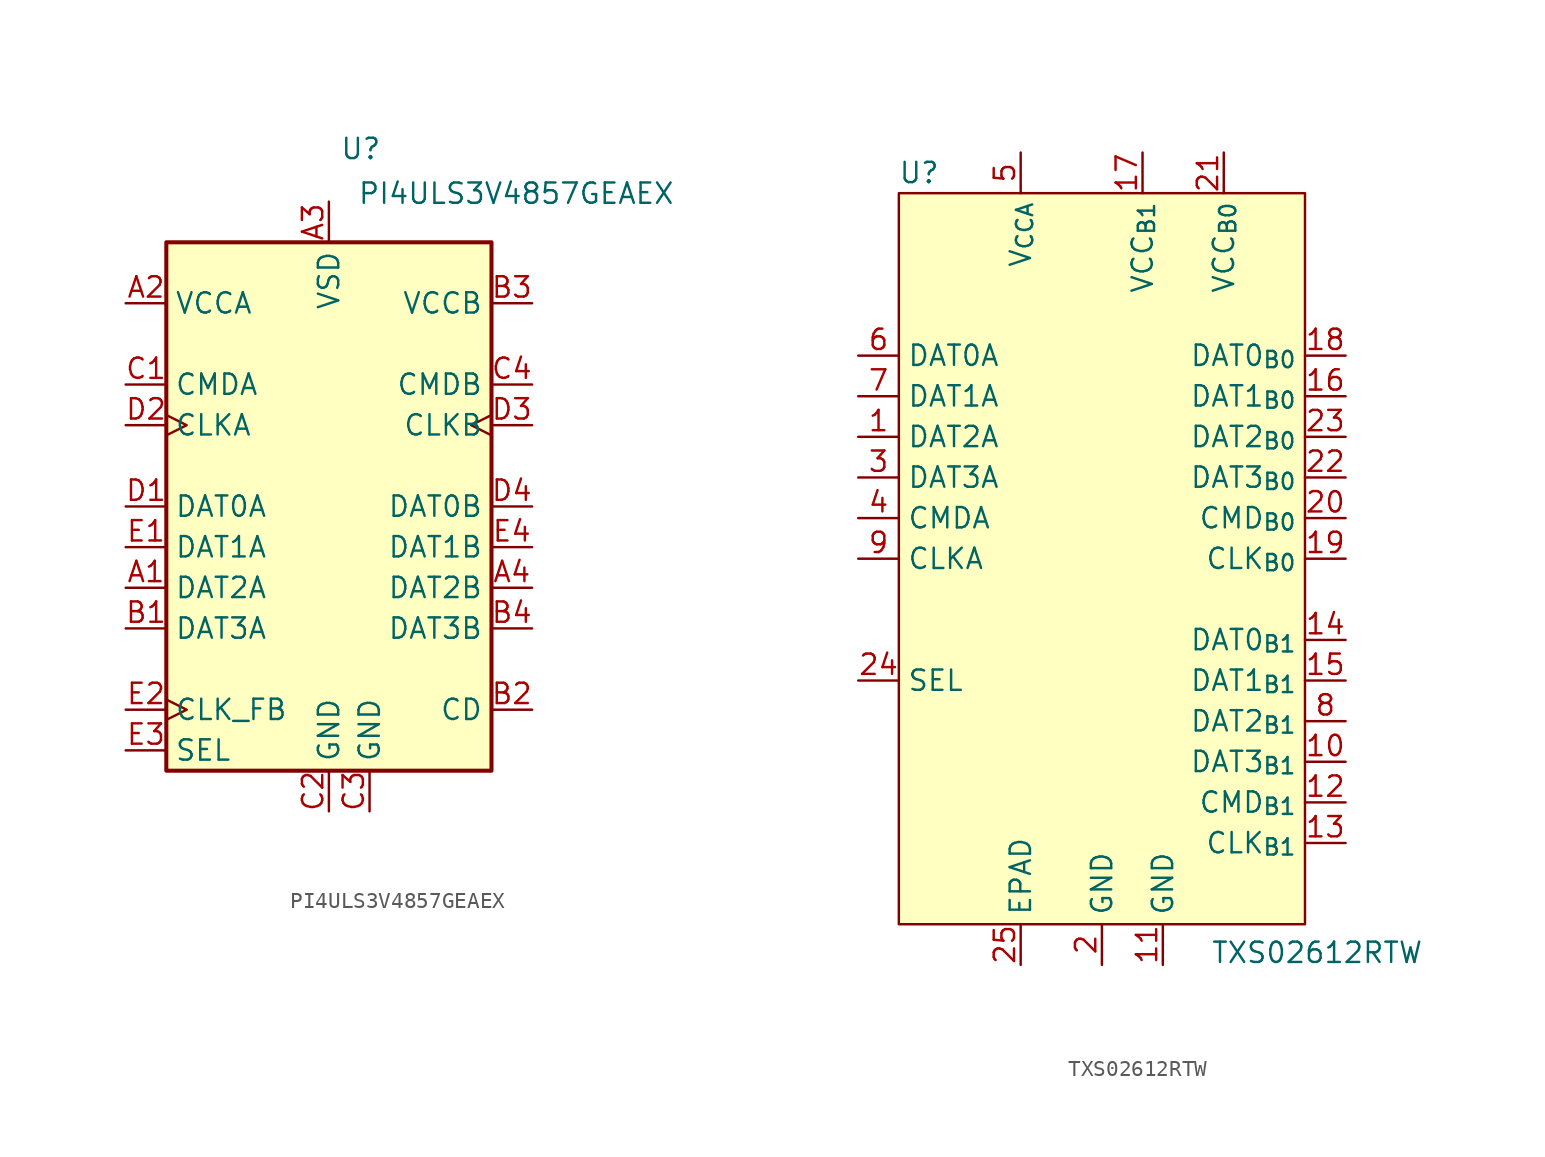
<source format=kicad_sym>
(kicad_symbol_lib
  (version 20231120)
  (generator "kicad_symbol_editor")
  (generator_version "8.0")
  (symbol "PI4ULS3V4857GEAEX"
    (property "Reference" "U"
      (at 3.302 22.352 0)
      (effects (font (size 1.27 1.27)) (justify right)))
    (property "Value" "PI4ULS3V4857GEAEX"
      (at 1.778 19.558 0)
      (effects (font (size 1.27 1.27)) (justify left)))
    (symbol "PI4ULS3V4857GEAEX_0_1"
      (rectangle (start -10.16 16.51) (end 10.16 -16.51) (stroke (width 0.254) (type default)) (fill (type background))))
    (symbol "PI4ULS3V4857GEAEX_1_1"
      (pin bidirectional line (at -12.7 -5.08 0) (length 2.54) (name "DAT2A" (effects (font (size 1.27 1.27)))) (number "A1" (effects (font (size 1.27 1.27)))))
      (pin power_in line (at -12.7 12.7 0) (length 2.54) (name "VCCA" (effects (font (size 1.27 1.27)))) (number "A2" (effects (font (size 1.27 1.27)))))
      (pin power_in line (at 0 19.05 270) (length 2.54) (name "VSD" (effects (font (size 1.27 1.27)))) (number "A3" (effects (font (size 1.27 1.27)))))
      (pin bidirectional line (at 12.7 -5.08 180) (length 2.54) (name "DAT2B" (effects (font (size 1.27 1.27)))) (number "A4" (effects (font (size 1.27 1.27)))))
      (pin bidirectional line (at -12.7 -7.62 0) (length 2.54) (name "DAT3A" (effects (font (size 1.27 1.27)))) (number "B1" (effects (font (size 1.27 1.27)))))
      (pin output line (at 12.7 -12.7 180) (length 2.54) (name "CD" (effects (font (size 1.27 1.27)))) (number "B2" (effects (font (size 1.27 1.27)))))
      (pin passive line (at 12.7 12.7 180) (length 2.54) (name "VCCB" (effects (font (size 1.27 1.27)))) (number "B3" (effects (font (size 1.27 1.27)))))
      (pin bidirectional line (at 12.7 -7.62 180) (length 2.54) (name "DAT3B" (effects (font (size 1.27 1.27)))) (number "B4" (effects (font (size 1.27 1.27)))))
      (pin bidirectional line (at -12.7 7.62 0) (length 2.54) (name "CMDA" (effects (font (size 1.27 1.27)))) (number "C1" (effects (font (size 1.27 1.27)))))
      (pin power_in line (at 0 -19.05 90) (length 2.54) (name "GND" (effects (font (size 1.27 1.27)))) (number "C2" (effects (font (size 1.27 1.27)))))
      (pin power_in line (at 2.54 -19.05 90) (length 2.54) (name "GND" (effects (font (size 1.27 1.27)))) (number "C3" (effects (font (size 1.27 1.27)))))
      (pin bidirectional line (at 12.7 7.62 180) (length 2.54) (name "CMDB" (effects (font (size 1.27 1.27)))) (number "C4" (effects (font (size 1.27 1.27)))))
      (pin bidirectional line (at -12.7 0 0) (length 2.54) (name "DAT0A" (effects (font (size 1.27 1.27)))) (number "D1" (effects (font (size 1.27 1.27)))))
      (pin input clock (at -12.7 5.08 0) (length 2.54) (name "CLKA" (effects (font (size 1.27 1.27)))) (number "D2" (effects (font (size 1.27 1.27)))))
      (pin output clock (at 12.7 5.08 180) (length 2.54) (name "CLKB" (effects (font (size 1.27 1.27)))) (number "D3" (effects (font (size 1.27 1.27)))))
      (pin bidirectional line (at 12.7 0 180) (length 2.54) (name "DAT0B" (effects (font (size 1.27 1.27)))) (number "D4" (effects (font (size 1.27 1.27)))))
      (pin bidirectional line (at -12.7 -2.54 0) (length 2.54) (name "DAT1A" (effects (font (size 1.27 1.27)))) (number "E1" (effects (font (size 1.27 1.27)))))
      (pin output clock (at -12.7 -12.7 0) (length 2.54) (name "CLK_FB" (effects (font (size 1.27 1.27)))) (number "E2" (effects (font (size 1.27 1.27)))))
      (pin input line (at -12.7 -15.24 0) (length 2.54) (name "SEL" (effects (font (size 1.27 1.27)))) (number "E3" (effects (font (size 1.27 1.27)))))
      (pin bidirectional line (at 12.7 -2.54 180) (length 2.54) (name "DAT1B" (effects (font (size 1.27 1.27)))) (number "E4" (effects (font (size 1.27 1.27)))))))
  (symbol "TXS02612RTW"
    (property "Reference" "U"
      (at -11.43 24.13 0)
      (effects (font (size 1.27 1.27))))
    (property "Value" "TXS02612RTW"
      (at 13.462 -24.638 0)
      (effects (font (size 1.27 1.27))))
    (symbol "TXS02612RTW_1_1"
      (rectangle (start -12.7 22.86) (end 12.7 -22.86) (stroke (width 0) (type default)) (fill (type background)))
      (pin bidirectional line (at -15.24 7.62 0) (length 2.54) (name "DAT2A" (effects (font (size 1.27 1.27)))) (number "1" (effects (font (size 1.27 1.27)))))
      (pin bidirectional line (at 15.24 -12.7 180) (length 2.54) (name "DAT3_{B1}" (effects (font (size 1.27 1.27)))) (number "10" (effects (font (size 1.27 1.27)))))
      (pin power_in line (at 3.81 -25.4 90) (length 2.54) (name "GND" (effects (font (size 1.27 1.27)))) (number "11" (effects (font (size 1.27 1.27)))))
      (pin bidirectional line (at 15.24 -15.24 180) (length 2.54) (name "CMD_{B1}" (effects (font (size 1.27 1.27)))) (number "12" (effects (font (size 1.27 1.27)))))
      (pin output line (at 15.24 -17.78 180) (length 2.54) (name "CLK_{B1}" (effects (font (size 1.27 1.27)))) (number "13" (effects (font (size 1.27 1.27)))))
      (pin bidirectional line (at 15.24 -5.08 180) (length 2.54) (name "DAT0_{B1}" (effects (font (size 1.27 1.27)))) (number "14" (effects (font (size 1.27 1.27)))))
      (pin bidirectional line (at 15.24 -7.62 180) (length 2.54) (name "DAT1_{B1}" (effects (font (size 1.27 1.27)))) (number "15" (effects (font (size 1.27 1.27)))))
      (pin bidirectional line (at 15.24 10.16 180) (length 2.54) (name "DAT1_{B0}" (effects (font (size 1.27 1.27)))) (number "16" (effects (font (size 1.27 1.27)))))
      (pin power_in line (at 2.54 25.4 270) (length 2.54) (name "VCC_{B1}" (effects (font (size 1.27 1.27)))) (number "17" (effects (font (size 1.27 1.27)))))
      (pin bidirectional line (at 15.24 12.7 180) (length 2.54) (name "DAT0_{B0}" (effects (font (size 1.27 1.27)))) (number "18" (effects (font (size 1.27 1.27)))))
      (pin output line (at 15.24 0 180) (length 2.54) (name "CLK_{B0}" (effects (font (size 1.27 1.27)))) (number "19" (effects (font (size 1.27 1.27)))))
      (pin power_in line (at 0 -25.4 90) (length 2.54) (name "GND" (effects (font (size 1.27 1.27)))) (number "2" (effects (font (size 1.27 1.27)))))
      (pin bidirectional line (at 15.24 2.54 180) (length 2.54) (name "CMD_{B0}" (effects (font (size 1.27 1.27)))) (number "20" (effects (font (size 1.27 1.27)))))
      (pin power_in line (at 7.62 25.4 270) (length 2.54) (name "VCC_{B0}" (effects (font (size 1.27 1.27)))) (number "21" (effects (font (size 1.27 1.27)))))
      (pin bidirectional line (at 15.24 5.08 180) (length 2.54) (name "DAT3_{B0}" (effects (font (size 1.27 1.27)))) (number "22" (effects (font (size 1.27 1.27)))))
      (pin bidirectional line (at 15.24 7.62 180) (length 2.54) (name "DAT2_{B0}" (effects (font (size 1.27 1.27)))) (number "23" (effects (font (size 1.27 1.27)))))
      (pin input line (at -15.24 -7.62 0) (length 2.54) (name "SEL" (effects (font (size 1.27 1.27)))) (number "24" (effects (font (size 1.27 1.27)))))
      (pin passive line (at -5.08 -25.4 90) (length 2.54) (name "EPAD" (effects (font (size 1.27 1.27)))) (number "25" (effects (font (size 1.27 1.27)))))
      (pin bidirectional line (at -15.24 5.08 0) (length 2.54) (name "DAT3A" (effects (font (size 1.27 1.27)))) (number "3" (effects (font (size 1.27 1.27)))))
      (pin bidirectional line (at -15.24 2.54 0) (length 2.54) (name "CMDA" (effects (font (size 1.27 1.27)))) (number "4" (effects (font (size 1.27 1.27)))))
      (pin power_in line (at -5.08 25.4 270) (length 2.54) (name "V_{CCA}" (effects (font (size 1.27 1.27)))) (number "5" (effects (font (size 1.27 1.27)))))
      (pin bidirectional line (at -15.24 12.7 0) (length 2.54) (name "DAT0A" (effects (font (size 1.27 1.27)))) (number "6" (effects (font (size 1.27 1.27)))))
      (pin bidirectional line (at -15.24 10.16 0) (length 2.54) (name "DAT1A" (effects (font (size 1.27 1.27)))) (number "7" (effects (font (size 1.27 1.27)))))
      (pin bidirectional line (at 15.24 -10.16 180) (length 2.54) (name "DAT2_{B1}" (effects (font (size 1.27 1.27)))) (number "8" (effects (font (size 1.27 1.27)))))
      (pin input line (at -15.24 0 0) (length 2.54) (name "CLKA" (effects (font (size 1.27 1.27)))) (number "9" (effects (font (size 1.27 1.27))))))))
</source>
